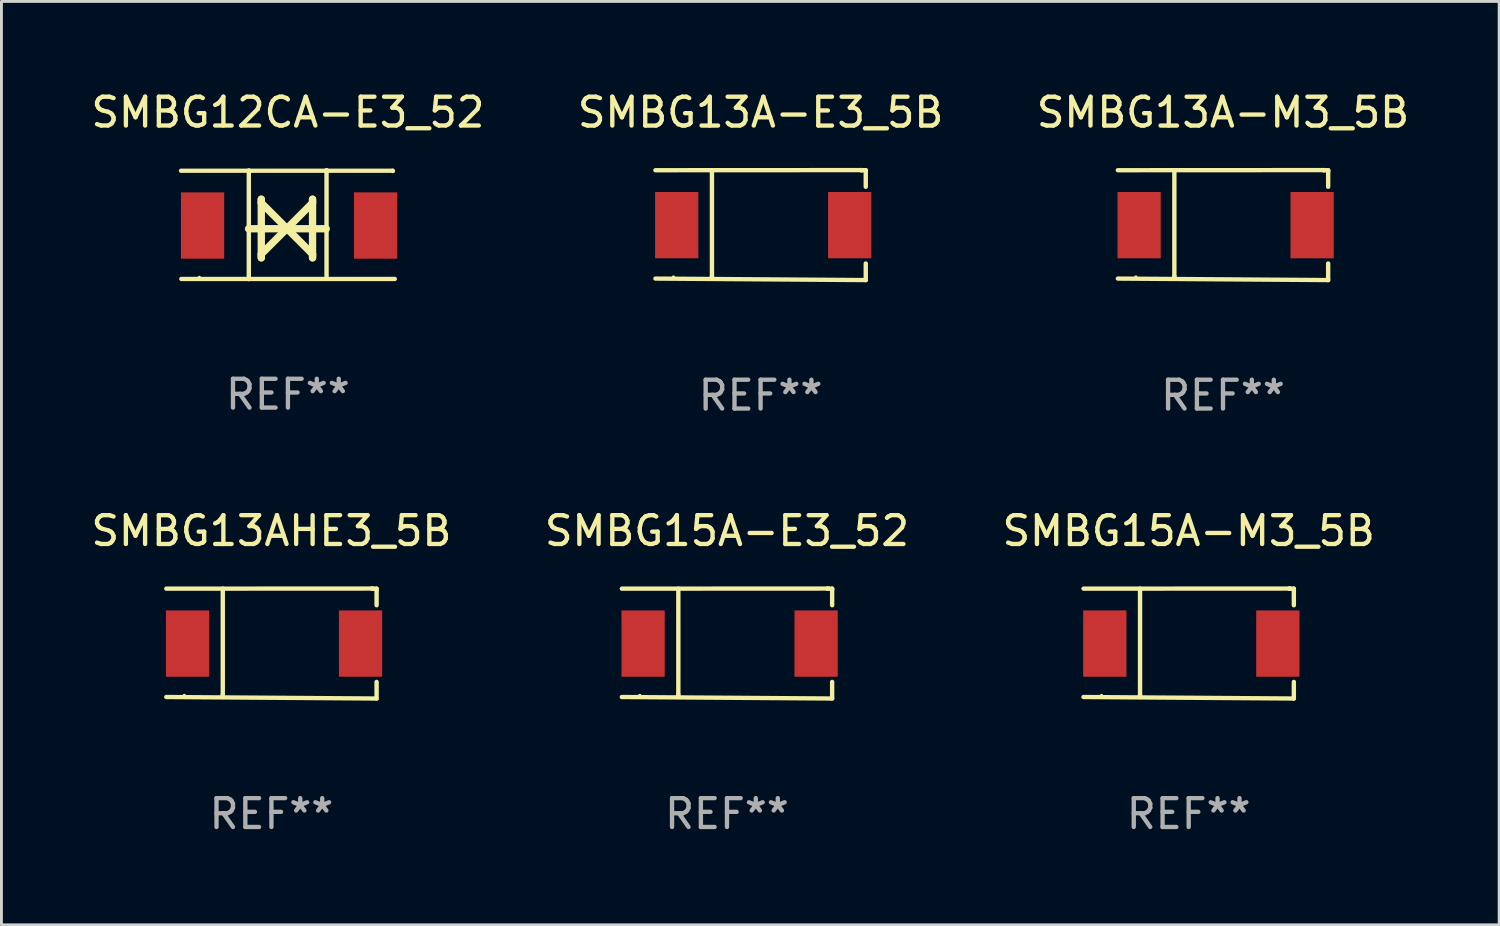
<source format=kicad_pcb>
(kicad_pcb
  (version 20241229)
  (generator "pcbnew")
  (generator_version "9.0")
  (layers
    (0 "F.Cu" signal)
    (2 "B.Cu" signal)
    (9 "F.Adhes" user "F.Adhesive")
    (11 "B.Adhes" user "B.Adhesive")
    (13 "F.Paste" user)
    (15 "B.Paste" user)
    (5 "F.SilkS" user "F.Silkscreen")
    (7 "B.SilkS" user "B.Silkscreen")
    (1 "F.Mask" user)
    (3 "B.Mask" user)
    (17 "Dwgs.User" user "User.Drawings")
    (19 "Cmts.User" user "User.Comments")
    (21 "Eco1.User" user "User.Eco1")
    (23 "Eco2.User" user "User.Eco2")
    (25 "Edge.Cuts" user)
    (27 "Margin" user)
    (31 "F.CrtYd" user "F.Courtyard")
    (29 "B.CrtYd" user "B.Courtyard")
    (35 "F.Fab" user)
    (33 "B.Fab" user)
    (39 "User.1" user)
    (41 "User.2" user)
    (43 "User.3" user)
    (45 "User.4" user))
  (footprint "SMBG15A-E3_52"
    (layer "F.Cu")
    (at 22.161 19.267)
    (property "Reference" "SMBG15A-E3_52" (at 0 -3.907 0) (layer "F.SilkS") (effects (font (size 1 1) (thickness 0.15))))
    (attr through_hole)
    (fp_line (start -3.647 -1.903) (end 3.529 -1.907) (stroke (width 0.15) (type solid)) (layer "F.SilkS"))
    (fp_line (start -3.647 1.855) (end 3.647 1.907) (stroke (width 0.15) (type solid)) (layer "F.SilkS"))
    (fp_line (start -1.687 -1.903) (end -1.687 1.777) (stroke (width 0.152) (type solid)) (layer "F.SilkS"))
    (fp_line (start -1.687 1.777) (end -1.697 1.851) (stroke (width 0.152) (type solid)) (layer "F.SilkS"))
    (fp_line (start 3.491 -1.903) (end 3.487 -1.907) (stroke (width 0.152) (type solid)) (layer "F.SilkS"))
    (fp_line (start 3.647 -1.903) (end 3.491 -1.903) (stroke (width 0.152) (type solid)) (layer "F.SilkS"))
    (fp_line (start 3.647 -1.863) (end 3.647 -1.903) (stroke (width 0.152) (type solid)) (layer "F.SilkS"))
    (fp_line (start 3.647 -1.328) (end 3.647 -1.863) (stroke (width 0.152) (type solid)) (layer "F.SilkS"))
    (fp_line (start 3.647 1.907) (end 3.647 1.332) (stroke (width 0.152) (type solid)) (layer "F.SilkS"))
    (fp_circle (center -3.022 1.802) (end -2.992 1.802) (stroke (width 0.06) (type solid)) (fill no) (layer "F.SilkS"))
    (fp_text user "REF**" (at 0 5.907 0) (layer "F.Fab") (effects (font (size 1 1) (thickness 0.15))))
    (pad "1" smd rect (at -2.909 0.002) (size 1.5 2.3) (layers "F.Cu" "F.Mask" "F.Paste"))
    (pad "2" smd rect (at 3.091 0.002) (size 1.5 2.3) (layers "F.Cu" "F.Mask" "F.Paste")))
  (footprint "SMBG13A-M3_5B"
    (layer "F.Cu")
    (at 39.363 4.756)
    (property "Reference" "SMBG13A-M3_5B" (at 0 -3.907 0) (layer "F.SilkS") (effects (font (size 1 1) (thickness 0.15))))
    (attr through_hole)
    (fp_line (start -3.647 -1.903) (end 3.529 -1.907) (stroke (width 0.15) (type solid)) (layer "F.SilkS"))
    (fp_line (start -3.647 1.855) (end 3.647 1.907) (stroke (width 0.15) (type solid)) (layer "F.SilkS"))
    (fp_line (start -1.687 -1.903) (end -1.687 1.777) (stroke (width 0.152) (type solid)) (layer "F.SilkS"))
    (fp_line (start -1.687 1.777) (end -1.697 1.851) (stroke (width 0.152) (type solid)) (layer "F.SilkS"))
    (fp_line (start 3.491 -1.903) (end 3.487 -1.907) (stroke (width 0.152) (type solid)) (layer "F.SilkS"))
    (fp_line (start 3.647 -1.903) (end 3.491 -1.903) (stroke (width 0.152) (type solid)) (layer "F.SilkS"))
    (fp_line (start 3.647 -1.863) (end 3.647 -1.903) (stroke (width 0.152) (type solid)) (layer "F.SilkS"))
    (fp_line (start 3.647 -1.328) (end 3.647 -1.863) (stroke (width 0.152) (type solid)) (layer "F.SilkS"))
    (fp_line (start 3.647 1.907) (end 3.647 1.332) (stroke (width 0.152) (type solid)) (layer "F.SilkS"))
    (fp_circle (center -3.022 1.802) (end -2.992 1.802) (stroke (width 0.06) (type solid)) (fill no) (layer "F.SilkS"))
    (fp_text user "REF**" (at 0 5.907 0) (layer "F.Fab") (effects (font (size 1 1) (thickness 0.15))))
    (pad "1" smd rect (at -2.909 0.002) (size 1.5 2.3) (layers "F.Cu" "F.Mask" "F.Paste"))
    (pad "2" smd rect (at 3.091 0.002) (size 1.5 2.3) (layers "F.Cu" "F.Mask" "F.Paste")))
  (footprint "SMBG13A-E3_5B"
    (layer "F.Cu")
    (at 23.327 4.756)
    (property "Reference" "SMBG13A-E3_5B" (at 0 -3.907 0) (layer "F.SilkS") (effects (font (size 1 1) (thickness 0.15))))
    (attr through_hole)
    (fp_line (start -3.647 -1.903) (end 3.529 -1.907) (stroke (width 0.15) (type solid)) (layer "F.SilkS"))
    (fp_line (start -3.647 1.855) (end 3.647 1.907) (stroke (width 0.15) (type solid)) (layer "F.SilkS"))
    (fp_line (start -1.687 -1.903) (end -1.687 1.777) (stroke (width 0.152) (type solid)) (layer "F.SilkS"))
    (fp_line (start -1.687 1.777) (end -1.697 1.851) (stroke (width 0.152) (type solid)) (layer "F.SilkS"))
    (fp_line (start 3.491 -1.903) (end 3.487 -1.907) (stroke (width 0.152) (type solid)) (layer "F.SilkS"))
    (fp_line (start 3.647 -1.903) (end 3.491 -1.903) (stroke (width 0.152) (type solid)) (layer "F.SilkS"))
    (fp_line (start 3.647 -1.863) (end 3.647 -1.903) (stroke (width 0.152) (type solid)) (layer "F.SilkS"))
    (fp_line (start 3.647 -1.328) (end 3.647 -1.863) (stroke (width 0.152) (type solid)) (layer "F.SilkS"))
    (fp_line (start 3.647 1.907) (end 3.647 1.332) (stroke (width 0.152) (type solid)) (layer "F.SilkS"))
    (fp_circle (center -3.022 1.802) (end -2.992 1.802) (stroke (width 0.06) (type solid)) (fill no) (layer "F.SilkS"))
    (fp_text user "REF**" (at 0 5.907 0) (layer "F.Fab") (effects (font (size 1 1) (thickness 0.15))))
    (pad "1" smd rect (at -2.909 0.002) (size 1.5 2.3) (layers "F.Cu" "F.Mask" "F.Paste"))
    (pad "2" smd rect (at 3.091 0.002) (size 1.5 2.3) (layers "F.Cu" "F.Mask" "F.Paste")))
  (footprint "SMBG12CA-E3_52"
    (layer "F.Cu")
    (at 6.935 4.739)
    (property "Reference" "SMBG12CA-E3_52" (at 0 -3.891 0) (layer "F.SilkS") (effects (font (size 1 1) (thickness 0.15))))
    (attr through_hole)
    (fp_line (start -3.707 -1.868) (end 3.631 -1.868) (stroke (width 0.15) (type solid)) (layer "F.SilkS"))
    (fp_line (start -3.697 1.885) (end 3.707 1.885) (stroke (width 0.15) (type solid)) (layer "F.SilkS"))
    (fp_line (start -1.366 0.144) (end 1.329 0.144) (stroke (width 0.254) (type solid)) (layer "F.SilkS"))
    (fp_line (start -1.357 1.891) (end -1.357 -1.881) (stroke (width 0.152) (type solid)) (layer "F.SilkS"))
    (fp_line (start -0.924 -0.88) (end -0.924 1.152) (stroke (width 0.254) (type solid)) (layer "F.SilkS"))
    (fp_line (start -0.924 -0.753) (end -0.924 -0.88) (stroke (width 0.254) (type solid)) (layer "F.SilkS"))
    (fp_line (start -0.924 1.025) (end -0.035 0.136) (stroke (width 0.254) (type solid)) (layer "F.SilkS"))
    (fp_line (start -0.924 1.152) (end -0.924 1.025) (stroke (width 0.254) (type solid)) (layer "F.SilkS"))
    (fp_line (start -0.035 0.136) (end -0.924 -0.753) (stroke (width 0.254) (type solid)) (layer "F.SilkS"))
    (fp_line (start -0.035 0.136) (end 0.854 1.025) (stroke (width 0.254) (type solid)) (layer "F.SilkS"))
    (fp_line (start 0.854 -0.88) (end 0.854 -0.753) (stroke (width 0.254) (type solid)) (layer "F.SilkS"))
    (fp_line (start 0.854 -0.753) (end -0.035 0.136) (stroke (width 0.254) (type solid)) (layer "F.SilkS"))
    (fp_line (start 0.854 1.025) (end 0.854 1.152) (stroke (width 0.254) (type solid)) (layer "F.SilkS"))
    (fp_line (start 0.854 1.152) (end 0.854 -0.88) (stroke (width 0.254) (type solid)) (layer "F.SilkS"))
    (fp_line (start 1.339 1.881) (end 1.339 -1.891) (stroke (width 0.152) (type solid)) (layer "F.SilkS"))
    (fp_line (start 3.631 -1.868) (end 3.641 -1.859) (stroke (width 0.15) (type solid)) (layer "F.SilkS"))
    (fp_circle (center -3.072 1.832) (end -3.042 1.832) (stroke (width 0.06) (type solid)) (fill no) (layer "F.SilkS"))
    (fp_text user "REF**" (at 0 5.891 0) (layer "F.Fab") (effects (font (size 1 1) (thickness 0.15))))
    (pad "1" smd rect (at -2.96 0.032) (size 1.5 2.3) (layers "F.Cu" "F.Mask" "F.Paste"))
    (pad "2" smd rect (at 3.04 0.032) (size 1.5 2.3) (layers "F.Cu" "F.Mask" "F.Paste")))
  (footprint "SMBG15A-M3_5B"
    (layer "F.Cu")
    (at 38.173 19.267)
    (property "Reference" "SMBG15A-M3_5B" (at 0 -3.907 0) (layer "F.SilkS") (effects (font (size 1 1) (thickness 0.15))))
    (attr through_hole)
    (fp_line (start -3.647 -1.903) (end 3.529 -1.907) (stroke (width 0.15) (type solid)) (layer "F.SilkS"))
    (fp_line (start -3.647 1.855) (end 3.647 1.907) (stroke (width 0.15) (type solid)) (layer "F.SilkS"))
    (fp_line (start -1.687 -1.903) (end -1.687 1.777) (stroke (width 0.152) (type solid)) (layer "F.SilkS"))
    (fp_line (start -1.687 1.777) (end -1.697 1.851) (stroke (width 0.152) (type solid)) (layer "F.SilkS"))
    (fp_line (start 3.491 -1.903) (end 3.487 -1.907) (stroke (width 0.152) (type solid)) (layer "F.SilkS"))
    (fp_line (start 3.647 -1.903) (end 3.491 -1.903) (stroke (width 0.152) (type solid)) (layer "F.SilkS"))
    (fp_line (start 3.647 -1.863) (end 3.647 -1.903) (stroke (width 0.152) (type solid)) (layer "F.SilkS"))
    (fp_line (start 3.647 -1.328) (end 3.647 -1.863) (stroke (width 0.152) (type solid)) (layer "F.SilkS"))
    (fp_line (start 3.647 1.907) (end 3.647 1.332) (stroke (width 0.152) (type solid)) (layer "F.SilkS"))
    (fp_circle (center -3.022 1.802) (end -2.992 1.802) (stroke (width 0.06) (type solid)) (fill no) (layer "F.SilkS"))
    (fp_text user "REF**" (at 0 5.907 0) (layer "F.Fab") (effects (font (size 1 1) (thickness 0.15))))
    (pad "1" smd rect (at -2.909 0.002) (size 1.5 2.3) (layers "F.Cu" "F.Mask" "F.Paste"))
    (pad "2" smd rect (at 3.091 0.002) (size 1.5 2.3) (layers "F.Cu" "F.Mask" "F.Paste")))
  (footprint "SMBG13AHE3_5B"
    (layer "F.Cu")
    (at 6.363 19.267)
    (property "Reference" "SMBG13AHE3_5B" (at 0 -3.907 0) (layer "F.SilkS") (effects (font (size 1 1) (thickness 0.15))))
    (attr through_hole)
    (fp_line (start -3.647 -1.903) (end 3.529 -1.907) (stroke (width 0.15) (type solid)) (layer "F.SilkS"))
    (fp_line (start -3.647 1.855) (end 3.647 1.907) (stroke (width 0.15) (type solid)) (layer "F.SilkS"))
    (fp_line (start -1.687 -1.903) (end -1.687 1.777) (stroke (width 0.152) (type solid)) (layer "F.SilkS"))
    (fp_line (start -1.687 1.777) (end -1.697 1.851) (stroke (width 0.152) (type solid)) (layer "F.SilkS"))
    (fp_line (start 3.491 -1.903) (end 3.487 -1.907) (stroke (width 0.152) (type solid)) (layer "F.SilkS"))
    (fp_line (start 3.647 -1.903) (end 3.491 -1.903) (stroke (width 0.152) (type solid)) (layer "F.SilkS"))
    (fp_line (start 3.647 -1.863) (end 3.647 -1.903) (stroke (width 0.152) (type solid)) (layer "F.SilkS"))
    (fp_line (start 3.647 -1.328) (end 3.647 -1.863) (stroke (width 0.152) (type solid)) (layer "F.SilkS"))
    (fp_line (start 3.647 1.907) (end 3.647 1.332) (stroke (width 0.152) (type solid)) (layer "F.SilkS"))
    (fp_circle (center -3.022 1.802) (end -2.992 1.802) (stroke (width 0.06) (type solid)) (fill no) (layer "F.SilkS"))
    (fp_text user "REF**" (at 0 5.907 0) (layer "F.Fab") (effects (font (size 1 1) (thickness 0.15))))
    (pad "1" smd rect (at -2.909 0.002) (size 1.5 2.3) (layers "F.Cu" "F.Mask" "F.Paste"))
    (pad "2" smd rect (at 3.091 0.002) (size 1.5 2.3) (layers "F.Cu" "F.Mask" "F.Paste")))
  (gr_rect
    (start -3 -3)
    (end 48.94 29.022)
    (stroke (width 0.1) (type default))
    (fill no)
    (layer "Edge.Cuts")))
</source>
